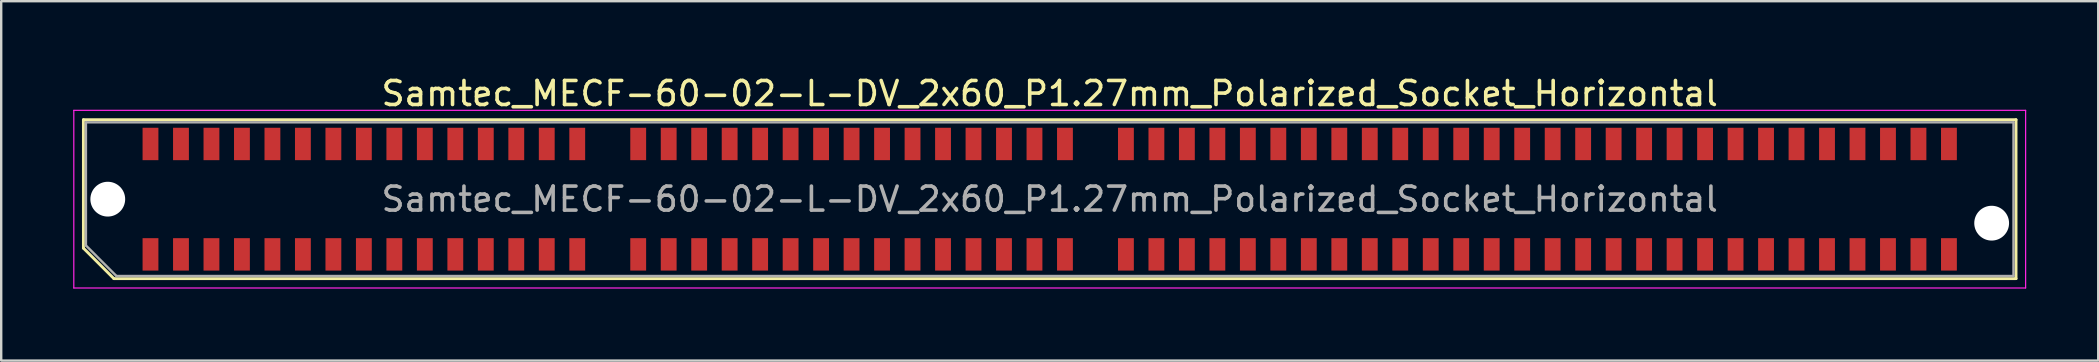
<source format=kicad_pcb>
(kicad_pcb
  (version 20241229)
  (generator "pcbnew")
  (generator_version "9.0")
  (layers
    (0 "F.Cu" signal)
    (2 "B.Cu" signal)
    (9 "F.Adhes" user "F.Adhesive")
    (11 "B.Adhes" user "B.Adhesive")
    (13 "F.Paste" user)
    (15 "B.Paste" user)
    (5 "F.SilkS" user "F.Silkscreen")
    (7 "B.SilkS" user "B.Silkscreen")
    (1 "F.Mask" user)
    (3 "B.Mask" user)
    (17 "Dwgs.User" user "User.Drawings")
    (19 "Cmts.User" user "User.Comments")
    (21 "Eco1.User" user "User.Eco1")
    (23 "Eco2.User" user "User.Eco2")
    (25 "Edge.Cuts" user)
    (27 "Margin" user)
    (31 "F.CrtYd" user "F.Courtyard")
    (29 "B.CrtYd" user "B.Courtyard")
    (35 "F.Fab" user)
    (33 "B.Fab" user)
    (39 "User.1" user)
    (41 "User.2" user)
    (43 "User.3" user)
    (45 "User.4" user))
  (footprint "Samtec_MECF-60-02-L-DV_2x60_P1.27mm_Polarized_Socket_Horizontal"
    (layer "F.Cu")
    (at 40.685 5.248)
    (property "Reference" "Samtec_MECF-60-02-L-DV_2x60_P1.27mm_Polarized_Socket_Horizontal" (at 0 -4.4 0) (layer "F.SilkS") (effects (font (size 1 1) (thickness 0.15))))
    (attr smd)
    (fp_line (start -40.26 -3.31) (end 40.26 -3.31) (stroke (width 0.12) (type solid)) (layer "F.SilkS"))
    (fp_line (start -40.26 2.04) (end -40.26 -3.31) (stroke (width 0.12) (type solid)) (layer "F.SilkS"))
    (fp_line (start -38.99 3.31) (end -40.26 2.04) (stroke (width 0.12) (type solid)) (layer "F.SilkS"))
    (fp_line (start -38.99 3.31) (end 40.26 3.31) (stroke (width 0.12) (type solid)) (layer "F.SilkS"))
    (fp_line (start 40.26 3.31) (end 40.26 -3.31) (stroke (width 0.12) (type solid)) (layer "F.SilkS"))
    (fp_line (start -40.66 -3.7) (end -40.66 3.7) (stroke (width 0.05) (type solid)) (layer "F.CrtYd"))
    (fp_line (start -40.66 3.7) (end 40.66 3.7) (stroke (width 0.05) (type solid)) (layer "F.CrtYd"))
    (fp_line (start 40.66 -3.7) (end -40.66 -3.7) (stroke (width 0.05) (type solid)) (layer "F.CrtYd"))
    (fp_line (start 40.66 3.7) (end 40.66 -3.7) (stroke (width 0.05) (type solid)) (layer "F.CrtYd"))
    (fp_line (start -40.155 -3.2) (end 40.155 -3.2) (stroke (width 0.1) (type solid)) (layer "F.Fab"))
    (fp_line (start -40.155 1.93) (end -40.155 -3.2) (stroke (width 0.1) (type solid)) (layer "F.Fab"))
    (fp_line (start -40.155 1.93) (end -38.885 3.2) (stroke (width 0.1) (type solid)) (layer "F.Fab"))
    (fp_line (start -38.885 3.2) (end 40.155 3.2) (stroke (width 0.1) (type solid)) (layer "F.Fab"))
    (fp_line (start 40.155 3.2) (end 40.155 -3.2) (stroke (width 0.1) (type solid)) (layer "F.Fab"))
    (fp_text user "${REFERENCE}" (at 0 0 0) (layer "F.Fab") (effects (font (size 1 1) (thickness 0.15))))
    (pad "" np_thru_hole circle (at -39.245 0) (size 1.45 1.45) (drill 1.45) (layers "*.Cu" "*.Mask"))
    (pad "" np_thru_hole circle (at 39.245 1) (size 1.45 1.45) (drill 1.45) (layers "*.Cu" "*.Mask"))
    (pad "1" smd rect (at -37.465 2.3) (size 0.66 1.35) (layers "F.Cu" "F.Mask" "F.Paste"))
    (pad "2" smd rect (at -37.465 -2.3) (size 0.66 1.35) (layers "F.Cu" "F.Mask" "F.Paste"))
    (pad "3" smd rect (at -36.195 2.3) (size 0.66 1.35) (layers "F.Cu" "F.Mask" "F.Paste"))
    (pad "4" smd rect (at -36.195 -2.3) (size 0.66 1.35) (layers "F.Cu" "F.Mask" "F.Paste"))
    (pad "5" smd rect (at -34.925 2.3) (size 0.66 1.35) (layers "F.Cu" "F.Mask" "F.Paste"))
    (pad "6" smd rect (at -34.925 -2.3) (size 0.66 1.35) (layers "F.Cu" "F.Mask" "F.Paste"))
    (pad "7" smd rect (at -33.655 2.3) (size 0.66 1.35) (layers "F.Cu" "F.Mask" "F.Paste"))
    (pad "8" smd rect (at -33.655 -2.3) (size 0.66 1.35) (layers "F.Cu" "F.Mask" "F.Paste"))
    (pad "9" smd rect (at -32.385 2.3) (size 0.66 1.35) (layers "F.Cu" "F.Mask" "F.Paste"))
    (pad "10" smd rect (at -32.385 -2.3) (size 0.66 1.35) (layers "F.Cu" "F.Mask" "F.Paste"))
    (pad "11" smd rect (at -31.115 2.3) (size 0.66 1.35) (layers "F.Cu" "F.Mask" "F.Paste"))
    (pad "12" smd rect (at -31.115 -2.3) (size 0.66 1.35) (layers "F.Cu" "F.Mask" "F.Paste"))
    (pad "13" smd rect (at -29.845 2.3) (size 0.66 1.35) (layers "F.Cu" "F.Mask" "F.Paste"))
    (pad "14" smd rect (at -29.845 -2.3) (size 0.66 1.35) (layers "F.Cu" "F.Mask" "F.Paste"))
    (pad "15" smd rect (at -28.575 2.3) (size 0.66 1.35) (layers "F.Cu" "F.Mask" "F.Paste"))
    (pad "16" smd rect (at -28.575 -2.3) (size 0.66 1.35) (layers "F.Cu" "F.Mask" "F.Paste"))
    (pad "17" smd rect (at -27.305 2.3) (size 0.66 1.35) (layers "F.Cu" "F.Mask" "F.Paste"))
    (pad "18" smd rect (at -27.305 -2.3) (size 0.66 1.35) (layers "F.Cu" "F.Mask" "F.Paste"))
    (pad "19" smd rect (at -26.035 2.3) (size 0.66 1.35) (layers "F.Cu" "F.Mask" "F.Paste"))
    (pad "20" smd rect (at -26.035 -2.3) (size 0.66 1.35) (layers "F.Cu" "F.Mask" "F.Paste"))
    (pad "21" smd rect (at -24.765 2.3) (size 0.66 1.35) (layers "F.Cu" "F.Mask" "F.Paste"))
    (pad "22" smd rect (at -24.765 -2.3) (size 0.66 1.35) (layers "F.Cu" "F.Mask" "F.Paste"))
    (pad "23" smd rect (at -23.495 2.3) (size 0.66 1.35) (layers "F.Cu" "F.Mask" "F.Paste"))
    (pad "24" smd rect (at -23.495 -2.3) (size 0.66 1.35) (layers "F.Cu" "F.Mask" "F.Paste"))
    (pad "25" smd rect (at -22.225 2.3) (size 0.66 1.35) (layers "F.Cu" "F.Mask" "F.Paste"))
    (pad "26" smd rect (at -22.225 -2.3) (size 0.66 1.35) (layers "F.Cu" "F.Mask" "F.Paste"))
    (pad "27" smd rect (at -20.955 2.3) (size 0.66 1.35) (layers "F.Cu" "F.Mask" "F.Paste"))
    (pad "28" smd rect (at -20.955 -2.3) (size 0.66 1.35) (layers "F.Cu" "F.Mask" "F.Paste"))
    (pad "29" smd rect (at -19.685 2.3) (size 0.66 1.35) (layers "F.Cu" "F.Mask" "F.Paste"))
    (pad "30" smd rect (at -19.685 -2.3) (size 0.66 1.35) (layers "F.Cu" "F.Mask" "F.Paste"))
    (pad "33" smd rect (at -17.145 2.3) (size 0.66 1.35) (layers "F.Cu" "F.Mask" "F.Paste"))
    (pad "34" smd rect (at -17.145 -2.3) (size 0.66 1.35) (layers "F.Cu" "F.Mask" "F.Paste"))
    (pad "35" smd rect (at -15.875 2.3) (size 0.66 1.35) (layers "F.Cu" "F.Mask" "F.Paste"))
    (pad "36" smd rect (at -15.875 -2.3) (size 0.66 1.35) (layers "F.Cu" "F.Mask" "F.Paste"))
    (pad "37" smd rect (at -14.605 2.3) (size 0.66 1.35) (layers "F.Cu" "F.Mask" "F.Paste"))
    (pad "38" smd rect (at -14.605 -2.3) (size 0.66 1.35) (layers "F.Cu" "F.Mask" "F.Paste"))
    (pad "39" smd rect (at -13.335 2.3) (size 0.66 1.35) (layers "F.Cu" "F.Mask" "F.Paste"))
    (pad "40" smd rect (at -13.335 -2.3) (size 0.66 1.35) (layers "F.Cu" "F.Mask" "F.Paste"))
    (pad "41" smd rect (at -12.065 2.3) (size 0.66 1.35) (layers "F.Cu" "F.Mask" "F.Paste"))
    (pad "42" smd rect (at -12.065 -2.3) (size 0.66 1.35) (layers "F.Cu" "F.Mask" "F.Paste"))
    (pad "43" smd rect (at -10.795 2.3) (size 0.66 1.35) (layers "F.Cu" "F.Mask" "F.Paste"))
    (pad "44" smd rect (at -10.795 -2.3) (size 0.66 1.35) (layers "F.Cu" "F.Mask" "F.Paste"))
    (pad "45" smd rect (at -9.525 2.3) (size 0.66 1.35) (layers "F.Cu" "F.Mask" "F.Paste"))
    (pad "46" smd rect (at -9.525 -2.3) (size 0.66 1.35) (layers "F.Cu" "F.Mask" "F.Paste"))
    (pad "47" smd rect (at -8.255 2.3) (size 0.66 1.35) (layers "F.Cu" "F.Mask" "F.Paste"))
    (pad "48" smd rect (at -8.255 -2.3) (size 0.66 1.35) (layers "F.Cu" "F.Mask" "F.Paste"))
    (pad "49" smd rect (at -6.985 2.3) (size 0.66 1.35) (layers "F.Cu" "F.Mask" "F.Paste"))
    (pad "50" smd rect (at -6.985 -2.3) (size 0.66 1.35) (layers "F.Cu" "F.Mask" "F.Paste"))
    (pad "51" smd rect (at -5.715 2.3) (size 0.66 1.35) (layers "F.Cu" "F.Mask" "F.Paste"))
    (pad "52" smd rect (at -5.715 -2.3) (size 0.66 1.35) (layers "F.Cu" "F.Mask" "F.Paste"))
    (pad "53" smd rect (at -4.445 2.3) (size 0.66 1.35) (layers "F.Cu" "F.Mask" "F.Paste"))
    (pad "54" smd rect (at -4.445 -2.3) (size 0.66 1.35) (layers "F.Cu" "F.Mask" "F.Paste"))
    (pad "55" smd rect (at -3.175 2.3) (size 0.66 1.35) (layers "F.Cu" "F.Mask" "F.Paste"))
    (pad "56" smd rect (at -3.175 -2.3) (size 0.66 1.35) (layers "F.Cu" "F.Mask" "F.Paste"))
    (pad "57" smd rect (at -1.905 2.3) (size 0.66 1.35) (layers "F.Cu" "F.Mask" "F.Paste"))
    (pad "58" smd rect (at -1.905 -2.3) (size 0.66 1.35) (layers "F.Cu" "F.Mask" "F.Paste"))
    (pad "59" smd rect (at -0.635 2.3) (size 0.66 1.35) (layers "F.Cu" "F.Mask" "F.Paste"))
    (pad "60" smd rect (at -0.635 -2.3) (size 0.66 1.35) (layers "F.Cu" "F.Mask" "F.Paste"))
    (pad "61" smd rect (at 0.635 2.3) (size 0.66 1.35) (layers "F.Cu" "F.Mask" "F.Paste"))
    (pad "62" smd rect (at 0.635 -2.3) (size 0.66 1.35) (layers "F.Cu" "F.Mask" "F.Paste"))
    (pad "65" smd rect (at 3.175 2.3) (size 0.66 1.35) (layers "F.Cu" "F.Mask" "F.Paste"))
    (pad "66" smd rect (at 3.175 -2.3) (size 0.66 1.35) (layers "F.Cu" "F.Mask" "F.Paste"))
    (pad "67" smd rect (at 4.445 2.3) (size 0.66 1.35) (layers "F.Cu" "F.Mask" "F.Paste"))
    (pad "68" smd rect (at 4.445 -2.3) (size 0.66 1.35) (layers "F.Cu" "F.Mask" "F.Paste"))
    (pad "69" smd rect (at 5.715 2.3) (size 0.66 1.35) (layers "F.Cu" "F.Mask" "F.Paste"))
    (pad "70" smd rect (at 5.715 -2.3) (size 0.66 1.35) (layers "F.Cu" "F.Mask" "F.Paste"))
    (pad "71" smd rect (at 6.985 2.3) (size 0.66 1.35) (layers "F.Cu" "F.Mask" "F.Paste"))
    (pad "72" smd rect (at 6.985 -2.3) (size 0.66 1.35) (layers "F.Cu" "F.Mask" "F.Paste"))
    (pad "73" smd rect (at 8.255 2.3) (size 0.66 1.35) (layers "F.Cu" "F.Mask" "F.Paste"))
    (pad "74" smd rect (at 8.255 -2.3) (size 0.66 1.35) (layers "F.Cu" "F.Mask" "F.Paste"))
    (pad "75" smd rect (at 9.525 2.3) (size 0.66 1.35) (layers "F.Cu" "F.Mask" "F.Paste"))
    (pad "76" smd rect (at 9.525 -2.3) (size 0.66 1.35) (layers "F.Cu" "F.Mask" "F.Paste"))
    (pad "77" smd rect (at 10.795 2.3) (size 0.66 1.35) (layers "F.Cu" "F.Mask" "F.Paste"))
    (pad "78" smd rect (at 10.795 -2.3) (size 0.66 1.35) (layers "F.Cu" "F.Mask" "F.Paste"))
    (pad "79" smd rect (at 12.065 2.3) (size 0.66 1.35) (layers "F.Cu" "F.Mask" "F.Paste"))
    (pad "80" smd rect (at 12.065 -2.3) (size 0.66 1.35) (layers "F.Cu" "F.Mask" "F.Paste"))
    (pad "81" smd rect (at 13.335 2.3) (size 0.66 1.35) (layers "F.Cu" "F.Mask" "F.Paste"))
    (pad "82" smd rect (at 13.335 -2.3) (size 0.66 1.35) (layers "F.Cu" "F.Mask" "F.Paste"))
    (pad "83" smd rect (at 14.605 2.3) (size 0.66 1.35) (layers "F.Cu" "F.Mask" "F.Paste"))
    (pad "84" smd rect (at 14.605 -2.3) (size 0.66 1.35) (layers "F.Cu" "F.Mask" "F.Paste"))
    (pad "85" smd rect (at 15.875 2.3) (size 0.66 1.35) (layers "F.Cu" "F.Mask" "F.Paste"))
    (pad "86" smd rect (at 15.875 -2.3) (size 0.66 1.35) (layers "F.Cu" "F.Mask" "F.Paste"))
    (pad "87" smd rect (at 17.145 2.3) (size 0.66 1.35) (layers "F.Cu" "F.Mask" "F.Paste"))
    (pad "88" smd rect (at 17.145 -2.3) (size 0.66 1.35) (layers "F.Cu" "F.Mask" "F.Paste"))
    (pad "89" smd rect (at 18.415 2.3) (size 0.66 1.35) (layers "F.Cu" "F.Mask" "F.Paste"))
    (pad "90" smd rect (at 18.415 -2.3) (size 0.66 1.35) (layers "F.Cu" "F.Mask" "F.Paste"))
    (pad "91" smd rect (at 19.685 2.3) (size 0.66 1.35) (layers "F.Cu" "F.Mask" "F.Paste"))
    (pad "92" smd rect (at 19.685 -2.3) (size 0.66 1.35) (layers "F.Cu" "F.Mask" "F.Paste"))
    (pad "93" smd rect (at 20.955 2.3) (size 0.66 1.35) (layers "F.Cu" "F.Mask" "F.Paste"))
    (pad "94" smd rect (at 20.955 -2.3) (size 0.66 1.35) (layers "F.Cu" "F.Mask" "F.Paste"))
    (pad "95" smd rect (at 22.225 2.3) (size 0.66 1.35) (layers "F.Cu" "F.Mask" "F.Paste"))
    (pad "96" smd rect (at 22.225 -2.3) (size 0.66 1.35) (layers "F.Cu" "F.Mask" "F.Paste"))
    (pad "97" smd rect (at 23.495 2.3) (size 0.66 1.35) (layers "F.Cu" "F.Mask" "F.Paste"))
    (pad "98" smd rect (at 23.495 -2.3) (size 0.66 1.35) (layers "F.Cu" "F.Mask" "F.Paste"))
    (pad "99" smd rect (at 24.765 2.3) (size 0.66 1.35) (layers "F.Cu" "F.Mask" "F.Paste"))
    (pad "100" smd rect (at 24.765 -2.3) (size 0.66 1.35) (layers "F.Cu" "F.Mask" "F.Paste"))
    (pad "101" smd rect (at 26.035 2.3) (size 0.66 1.35) (layers "F.Cu" "F.Mask" "F.Paste"))
    (pad "102" smd rect (at 26.035 -2.3) (size 0.66 1.35) (layers "F.Cu" "F.Mask" "F.Paste"))
    (pad "103" smd rect (at 27.305 2.3) (size 0.66 1.35) (layers "F.Cu" "F.Mask" "F.Paste"))
    (pad "104" smd rect (at 27.305 -2.3) (size 0.66 1.35) (layers "F.Cu" "F.Mask" "F.Paste"))
    (pad "105" smd rect (at 28.575 2.3) (size 0.66 1.35) (layers "F.Cu" "F.Mask" "F.Paste"))
    (pad "106" smd rect (at 28.575 -2.3) (size 0.66 1.35) (layers "F.Cu" "F.Mask" "F.Paste"))
    (pad "107" smd rect (at 29.845 2.3) (size 0.66 1.35) (layers "F.Cu" "F.Mask" "F.Paste"))
    (pad "108" smd rect (at 29.845 -2.3) (size 0.66 1.35) (layers "F.Cu" "F.Mask" "F.Paste"))
    (pad "109" smd rect (at 31.115 2.3) (size 0.66 1.35) (layers "F.Cu" "F.Mask" "F.Paste"))
    (pad "110" smd rect (at 31.115 -2.3) (size 0.66 1.35) (layers "F.Cu" "F.Mask" "F.Paste"))
    (pad "111" smd rect (at 32.385 2.3) (size 0.66 1.35) (layers "F.Cu" "F.Mask" "F.Paste"))
    (pad "112" smd rect (at 32.385 -2.3) (size 0.66 1.35) (layers "F.Cu" "F.Mask" "F.Paste"))
    (pad "113" smd rect (at 33.655 2.3) (size 0.66 1.35) (layers "F.Cu" "F.Mask" "F.Paste"))
    (pad "114" smd rect (at 33.655 -2.3) (size 0.66 1.35) (layers "F.Cu" "F.Mask" "F.Paste"))
    (pad "115" smd rect (at 34.925 2.3) (size 0.66 1.35) (layers "F.Cu" "F.Mask" "F.Paste"))
    (pad "116" smd rect (at 34.925 -2.3) (size 0.66 1.35) (layers "F.Cu" "F.Mask" "F.Paste"))
    (pad "117" smd rect (at 36.195 2.3) (size 0.66 1.35) (layers "F.Cu" "F.Mask" "F.Paste"))
    (pad "118" smd rect (at 36.195 -2.3) (size 0.66 1.35) (layers "F.Cu" "F.Mask" "F.Paste"))
    (pad "119" smd rect (at 37.465 2.3) (size 0.66 1.35) (layers "F.Cu" "F.Mask" "F.Paste"))
    (pad "120" smd rect (at 37.465 -2.3) (size 0.66 1.35) (layers "F.Cu" "F.Mask" "F.Paste")))
  (gr_rect
    (start -3 -3)
    (end 84.37 11.973)
    (stroke (width 0.1) (type default))
    (fill no)
    (layer "Edge.Cuts")))
</source>
